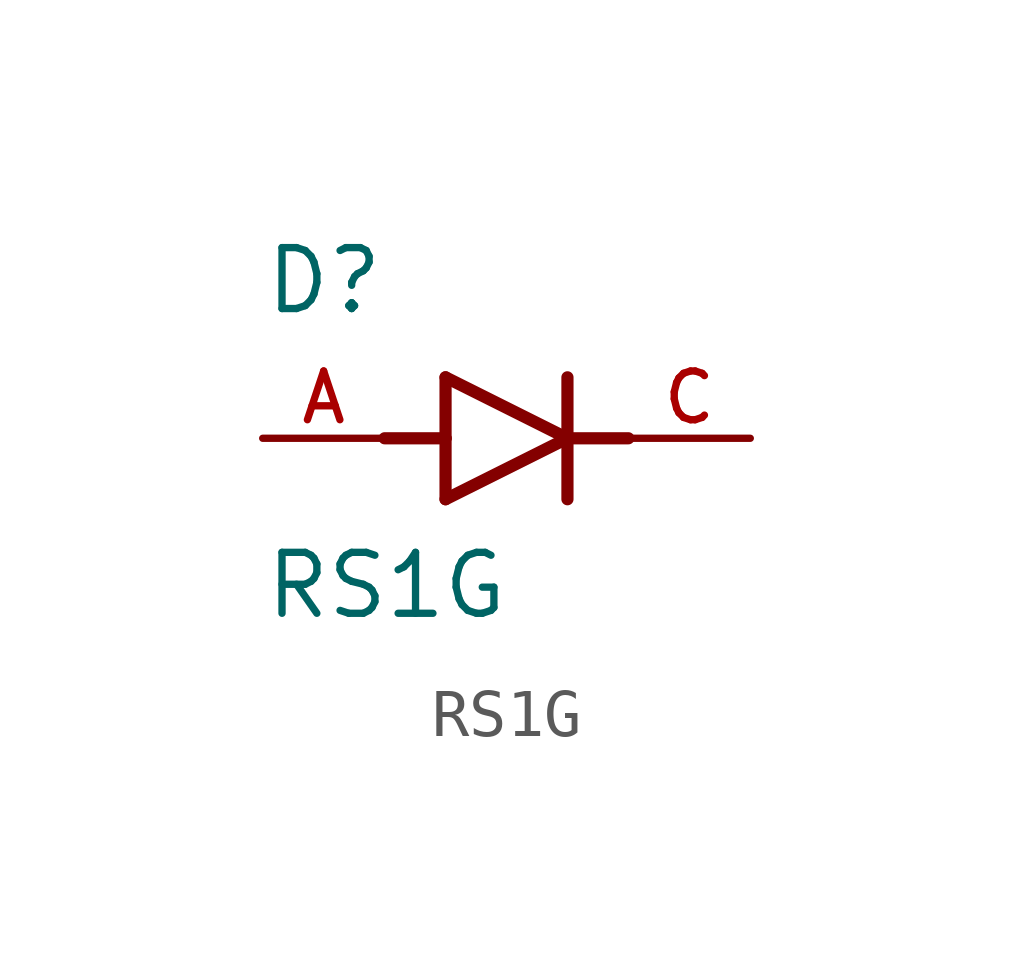
<source format=kicad_sym>
(kicad_symbol_lib
  (version 20211014)
  (generator kicad_symbol_editor)
  (symbol "RS1G"
    (pin_names
      (offset 1.016))
    (property "Reference" "D"
      (at -5.08 2.54 0)
      (effects (font (size 1.27 1.27)) (justify bottom left)))
    (property "Value" "RS1G"
      (at -5.08 -3.81 0)
      (effects (font (size 1.27 1.27)) (justify bottom left)))
    (symbol "RS1G_0_0"
      (polyline (pts (xy -1.27 -1.27) (xy 1.27 0.0)) (stroke (width 0.254)))
      (polyline (pts (xy 1.27 0.0) (xy -1.27 1.27)) (stroke (width 0.254)))
      (polyline (pts (xy 1.27 1.27) (xy 1.27 0.0)) (stroke (width 0.254)))
      (polyline (pts (xy -1.27 1.27) (xy -1.27 0.0)) (stroke (width 0.254)))
      (polyline (pts (xy -1.27 0.0) (xy -1.27 -1.27)) (stroke (width 0.254)))
      (polyline (pts (xy 1.27 0.0) (xy 1.27 -1.27)) (stroke (width 0.254)))
      (polyline (pts (xy -2.54 0.0) (xy -1.27 0.0)) (stroke (width 0.254)))
      (polyline (pts (xy 1.27 0.0) (xy 2.54 0.0)) (stroke (width 0.254)))
      (pin passive line (at 5.08 0.0 180.0) (length 2.54) (name "~" (effects (font (size 1.016 1.016)))) (number "C" (effects (font (size 1.016 1.016)))))
      (pin passive line (at -5.08 0.0 0) (length 2.54) (name "~" (effects (font (size 1.016 1.016)))) (number "A" (effects (font (size 1.016 1.016))))))))
</source>
